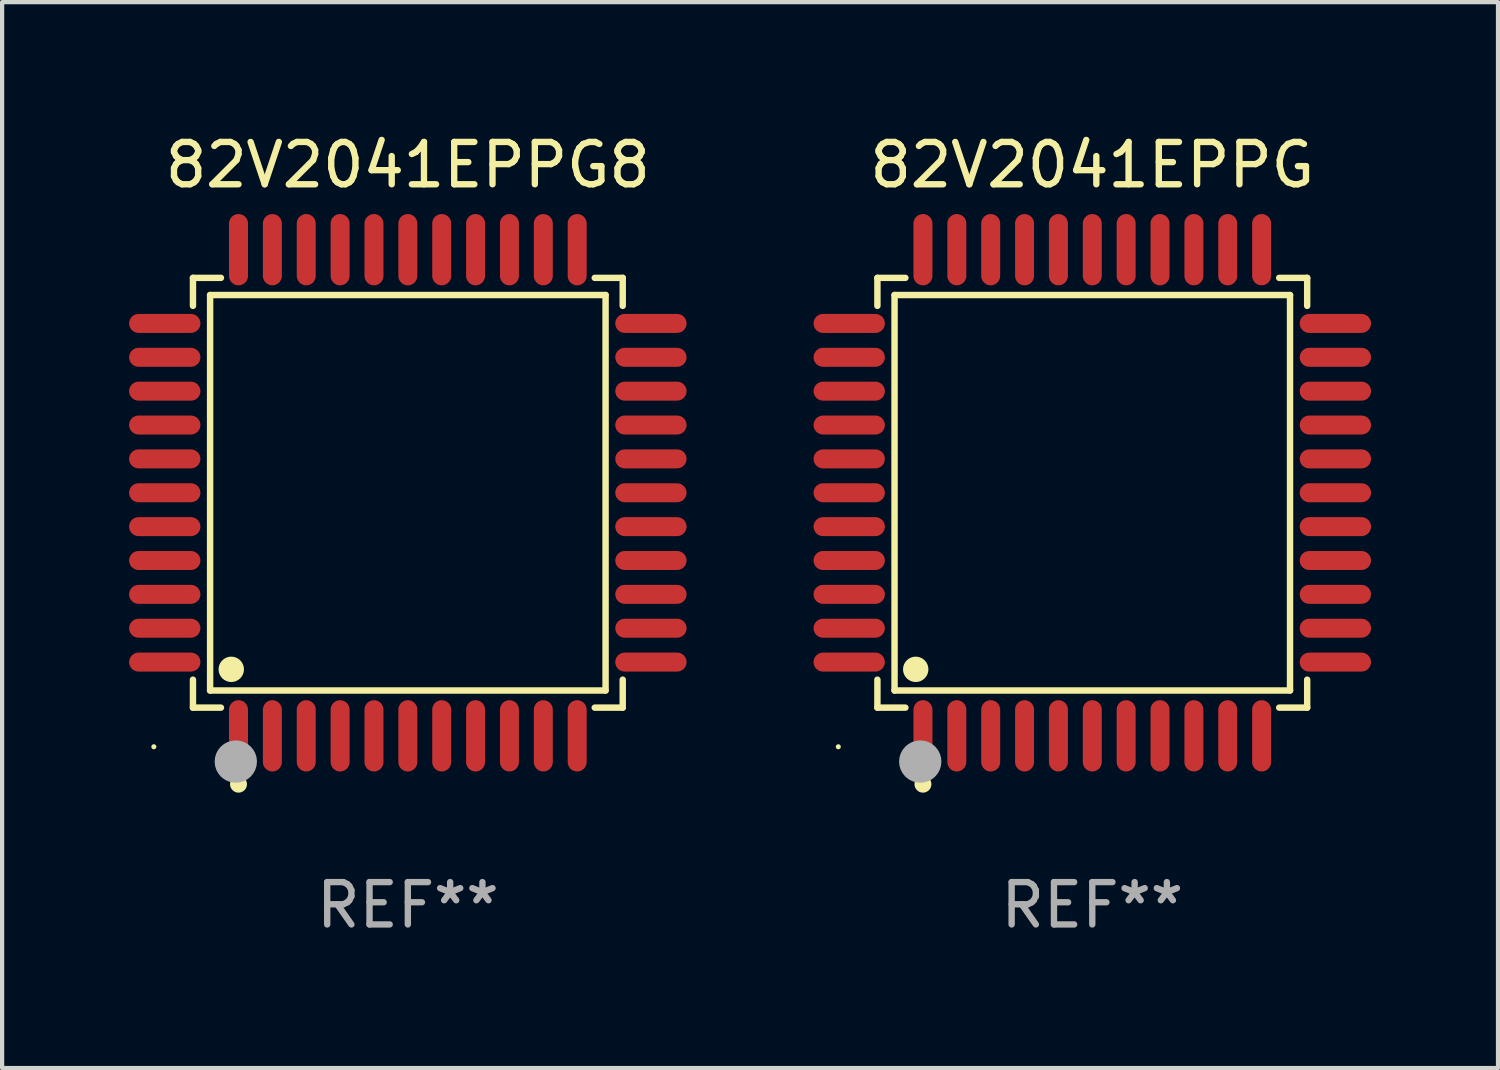
<source format=kicad_pcb>
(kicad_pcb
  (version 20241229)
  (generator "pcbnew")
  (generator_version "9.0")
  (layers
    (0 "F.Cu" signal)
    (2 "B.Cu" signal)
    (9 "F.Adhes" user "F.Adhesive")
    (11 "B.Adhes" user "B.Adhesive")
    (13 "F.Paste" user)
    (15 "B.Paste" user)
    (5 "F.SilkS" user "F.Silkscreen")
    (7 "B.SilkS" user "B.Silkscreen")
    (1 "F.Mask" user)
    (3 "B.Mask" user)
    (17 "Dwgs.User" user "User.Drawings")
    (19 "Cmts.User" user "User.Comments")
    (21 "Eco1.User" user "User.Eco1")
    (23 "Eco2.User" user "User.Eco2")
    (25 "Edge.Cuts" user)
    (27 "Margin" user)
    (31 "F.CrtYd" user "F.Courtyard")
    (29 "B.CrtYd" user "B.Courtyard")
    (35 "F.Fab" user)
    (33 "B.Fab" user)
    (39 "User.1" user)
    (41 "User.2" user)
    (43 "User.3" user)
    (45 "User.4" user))
  (footprint "82V2041EPPG8"
    (layer "F.Cu")
    (at 6.584 8.59)
    (property "Reference" "82V2041EPPG8" (at 0 -7.742 0) (layer "F.SilkS") (effects (font (size 1 1) (thickness 0.15))))
    (attr through_hole)
    (fp_line (start -5.076 -5.076) (end -4.415 -5.076) (stroke (width 0.152) (type solid)) (layer "F.SilkS"))
    (fp_line (start -5.076 -4.415) (end -5.076 -5.076) (stroke (width 0.152) (type solid)) (layer "F.SilkS"))
    (fp_line (start -5.076 4.415) (end -5.076 5.076) (stroke (width 0.152) (type solid)) (layer "F.SilkS"))
    (fp_line (start -5.076 5.076) (end -4.415 5.076) (stroke (width 0.152) (type solid)) (layer "F.SilkS"))
    (fp_line (start -4.671 -4.671) (end 4.671 -4.671) (stroke (width 0.152) (type solid)) (layer "F.SilkS"))
    (fp_line (start -4.671 4.671) (end -4.671 -4.671) (stroke (width 0.152) (type solid)) (layer "F.SilkS"))
    (fp_line (start 4.671 -4.671) (end 4.671 4.671) (stroke (width 0.152) (type solid)) (layer "F.SilkS"))
    (fp_line (start 4.671 4.671) (end -4.671 4.671) (stroke (width 0.152) (type solid)) (layer "F.SilkS"))
    (fp_line (start 5.076 -5.076) (end 4.415 -5.076) (stroke (width 0.152) (type solid)) (layer "F.SilkS"))
    (fp_line (start 5.076 -4.415) (end 5.076 -5.076) (stroke (width 0.152) (type solid)) (layer "F.SilkS"))
    (fp_line (start 5.076 4.415) (end 5.076 5.076) (stroke (width 0.152) (type solid)) (layer "F.SilkS"))
    (fp_line (start 5.076 5.076) (end 4.415 5.076) (stroke (width 0.152) (type solid)) (layer "F.SilkS"))
    (fp_circle (center -6 6) (end -5.97 6) (stroke (width 0.06) (type solid)) (fill no) (layer "F.SilkS"))
    (fp_circle (center -4.171 4.171) (end -4.021 4.171) (stroke (width 0.3) (type solid)) (fill no) (layer "F.SilkS"))
    (fp_circle (center -4 6.884) (end -3.9 6.884) (stroke (width 0.2) (type solid)) (fill no) (layer "F.SilkS"))
    (fp_circle (center -4.064 6.35) (end -3.814 6.35) (stroke (width 0.5) (type solid)) (fill no) (layer "F.Fab"))
    (fp_text user "REF**" (at 0 9.742 0) (layer "F.Fab") (effects (font (size 1 1) (thickness 0.15))))
    (pad "1" smd oval (at -4 5.742) (size 0.448 1.684) (layers "F.Cu" "F.Mask" "F.Paste"))
    (pad "2" smd oval (at -3.2 5.742) (size 0.448 1.684) (layers "F.Cu" "F.Mask" "F.Paste"))
    (pad "3" smd oval (at -2.4 5.742) (size 0.448 1.684) (layers "F.Cu" "F.Mask" "F.Paste"))
    (pad "4" smd oval (at -1.6 5.742) (size 0.448 1.684) (layers "F.Cu" "F.Mask" "F.Paste"))
    (pad "5" smd oval (at -0.8 5.742) (size 0.448 1.684) (layers "F.Cu" "F.Mask" "F.Paste"))
    (pad "6" smd oval (at 0 5.742) (size 0.448 1.684) (layers "F.Cu" "F.Mask" "F.Paste"))
    (pad "7" smd oval (at 0.8 5.742) (size 0.448 1.684) (layers "F.Cu" "F.Mask" "F.Paste"))
    (pad "8" smd oval (at 1.6 5.742) (size 0.448 1.684) (layers "F.Cu" "F.Mask" "F.Paste"))
    (pad "9" smd oval (at 2.4 5.742) (size 0.448 1.684) (layers "F.Cu" "F.Mask" "F.Paste"))
    (pad "10" smd oval (at 3.2 5.742) (size 0.448 1.684) (layers "F.Cu" "F.Mask" "F.Paste"))
    (pad "11" smd oval (at 4 5.742) (size 0.448 1.684) (layers "F.Cu" "F.Mask" "F.Paste"))
    (pad "12" smd oval (at 5.742 4) (size 1.684 0.448) (layers "F.Cu" "F.Mask" "F.Paste"))
    (pad "13" smd oval (at 5.742 3.2) (size 1.684 0.448) (layers "F.Cu" "F.Mask" "F.Paste"))
    (pad "14" smd oval (at 5.742 2.4) (size 1.684 0.448) (layers "F.Cu" "F.Mask" "F.Paste"))
    (pad "15" smd oval (at 5.742 1.6) (size 1.684 0.448) (layers "F.Cu" "F.Mask" "F.Paste"))
    (pad "16" smd oval (at 5.742 0.8) (size 1.684 0.448) (layers "F.Cu" "F.Mask" "F.Paste"))
    (pad "17" smd oval (at 5.742 0) (size 1.684 0.448) (layers "F.Cu" "F.Mask" "F.Paste"))
    (pad "18" smd oval (at 5.742 -0.8) (size 1.684 0.448) (layers "F.Cu" "F.Mask" "F.Paste"))
    (pad "19" smd oval (at 5.742 -1.6) (size 1.684 0.448) (layers "F.Cu" "F.Mask" "F.Paste"))
    (pad "20" smd oval (at 5.742 -2.4) (size 1.684 0.448) (layers "F.Cu" "F.Mask" "F.Paste"))
    (pad "21" smd oval (at 5.742 -3.2) (size 1.684 0.448) (layers "F.Cu" "F.Mask" "F.Paste"))
    (pad "22" smd oval (at 5.742 -4) (size 1.684 0.448) (layers "F.Cu" "F.Mask" "F.Paste"))
    (pad "23" smd oval (at 4 -5.742) (size 0.448 1.684) (layers "F.Cu" "F.Mask" "F.Paste"))
    (pad "24" smd oval (at 3.2 -5.742) (size 0.448 1.684) (layers "F.Cu" "F.Mask" "F.Paste"))
    (pad "25" smd oval (at 2.4 -5.742) (size 0.448 1.684) (layers "F.Cu" "F.Mask" "F.Paste"))
    (pad "26" smd oval (at 1.6 -5.742) (size 0.448 1.684) (layers "F.Cu" "F.Mask" "F.Paste"))
    (pad "27" smd oval (at 0.8 -5.742) (size 0.448 1.684) (layers "F.Cu" "F.Mask" "F.Paste"))
    (pad "28" smd oval (at 0 -5.742) (size 0.448 1.684) (layers "F.Cu" "F.Mask" "F.Paste"))
    (pad "29" smd oval (at -0.8 -5.742) (size 0.448 1.684) (layers "F.Cu" "F.Mask" "F.Paste"))
    (pad "30" smd oval (at -1.6 -5.742) (size 0.448 1.684) (layers "F.Cu" "F.Mask" "F.Paste"))
    (pad "31" smd oval (at -2.4 -5.742) (size 0.448 1.684) (layers "F.Cu" "F.Mask" "F.Paste"))
    (pad "32" smd oval (at -3.2 -5.742) (size 0.448 1.684) (layers "F.Cu" "F.Mask" "F.Paste"))
    (pad "33" smd oval (at -4 -5.742) (size 0.448 1.684) (layers "F.Cu" "F.Mask" "F.Paste"))
    (pad "34" smd oval (at -5.742 -4) (size 1.684 0.448) (layers "F.Cu" "F.Mask" "F.Paste"))
    (pad "35" smd oval (at -5.742 -3.2) (size 1.684 0.448) (layers "F.Cu" "F.Mask" "F.Paste"))
    (pad "36" smd oval (at -5.742 -2.4) (size 1.684 0.448) (layers "F.Cu" "F.Mask" "F.Paste"))
    (pad "37" smd oval (at -5.742 -1.6) (size 1.684 0.448) (layers "F.Cu" "F.Mask" "F.Paste"))
    (pad "38" smd oval (at -5.742 -0.8) (size 1.684 0.448) (layers "F.Cu" "F.Mask" "F.Paste"))
    (pad "39" smd oval (at -5.742 0) (size 1.684 0.448) (layers "F.Cu" "F.Mask" "F.Paste"))
    (pad "40" smd oval (at -5.742 0.8) (size 1.684 0.448) (layers "F.Cu" "F.Mask" "F.Paste"))
    (pad "41" smd oval (at -5.742 1.6) (size 1.684 0.448) (layers "F.Cu" "F.Mask" "F.Paste"))
    (pad "42" smd oval (at -5.742 2.4) (size 1.684 0.448) (layers "F.Cu" "F.Mask" "F.Paste"))
    (pad "43" smd oval (at -5.742 3.2) (size 1.684 0.448) (layers "F.Cu" "F.Mask" "F.Paste"))
    (pad "44" smd oval (at -5.742 4) (size 1.684 0.448) (layers "F.Cu" "F.Mask" "F.Paste")))
  (footprint "82V2041EPPG"
    (layer "F.Cu")
    (at 22.752 8.59)
    (property "Reference" "82V2041EPPG" (at 0 -7.742 0) (layer "F.SilkS") (effects (font (size 1 1) (thickness 0.15))))
    (attr through_hole)
    (fp_line (start -5.076 -5.076) (end -4.415 -5.076) (stroke (width 0.152) (type solid)) (layer "F.SilkS"))
    (fp_line (start -5.076 -4.415) (end -5.076 -5.076) (stroke (width 0.152) (type solid)) (layer "F.SilkS"))
    (fp_line (start -5.076 4.415) (end -5.076 5.076) (stroke (width 0.152) (type solid)) (layer "F.SilkS"))
    (fp_line (start -5.076 5.076) (end -4.415 5.076) (stroke (width 0.152) (type solid)) (layer "F.SilkS"))
    (fp_line (start -4.671 -4.671) (end 4.671 -4.671) (stroke (width 0.152) (type solid)) (layer "F.SilkS"))
    (fp_line (start -4.671 4.671) (end -4.671 -4.671) (stroke (width 0.152) (type solid)) (layer "F.SilkS"))
    (fp_line (start 4.671 -4.671) (end 4.671 4.671) (stroke (width 0.152) (type solid)) (layer "F.SilkS"))
    (fp_line (start 4.671 4.671) (end -4.671 4.671) (stroke (width 0.152) (type solid)) (layer "F.SilkS"))
    (fp_line (start 5.076 -5.076) (end 4.415 -5.076) (stroke (width 0.152) (type solid)) (layer "F.SilkS"))
    (fp_line (start 5.076 -4.415) (end 5.076 -5.076) (stroke (width 0.152) (type solid)) (layer "F.SilkS"))
    (fp_line (start 5.076 4.415) (end 5.076 5.076) (stroke (width 0.152) (type solid)) (layer "F.SilkS"))
    (fp_line (start 5.076 5.076) (end 4.415 5.076) (stroke (width 0.152) (type solid)) (layer "F.SilkS"))
    (fp_circle (center -6 6) (end -5.97 6) (stroke (width 0.06) (type solid)) (fill no) (layer "F.SilkS"))
    (fp_circle (center -4.171 4.171) (end -4.021 4.171) (stroke (width 0.3) (type solid)) (fill no) (layer "F.SilkS"))
    (fp_circle (center -4 6.884) (end -3.9 6.884) (stroke (width 0.2) (type solid)) (fill no) (layer "F.SilkS"))
    (fp_circle (center -4.064 6.35) (end -3.814 6.35) (stroke (width 0.5) (type solid)) (fill no) (layer "F.Fab"))
    (fp_text user "REF**" (at 0 9.742 0) (layer "F.Fab") (effects (font (size 1 1) (thickness 0.15))))
    (pad "1" smd oval (at -4 5.742) (size 0.448 1.684) (layers "F.Cu" "F.Mask" "F.Paste"))
    (pad "2" smd oval (at -3.2 5.742) (size 0.448 1.684) (layers "F.Cu" "F.Mask" "F.Paste"))
    (pad "3" smd oval (at -2.4 5.742) (size 0.448 1.684) (layers "F.Cu" "F.Mask" "F.Paste"))
    (pad "4" smd oval (at -1.6 5.742) (size 0.448 1.684) (layers "F.Cu" "F.Mask" "F.Paste"))
    (pad "5" smd oval (at -0.8 5.742) (size 0.448 1.684) (layers "F.Cu" "F.Mask" "F.Paste"))
    (pad "6" smd oval (at 0 5.742) (size 0.448 1.684) (layers "F.Cu" "F.Mask" "F.Paste"))
    (pad "7" smd oval (at 0.8 5.742) (size 0.448 1.684) (layers "F.Cu" "F.Mask" "F.Paste"))
    (pad "8" smd oval (at 1.6 5.742) (size 0.448 1.684) (layers "F.Cu" "F.Mask" "F.Paste"))
    (pad "9" smd oval (at 2.4 5.742) (size 0.448 1.684) (layers "F.Cu" "F.Mask" "F.Paste"))
    (pad "10" smd oval (at 3.2 5.742) (size 0.448 1.684) (layers "F.Cu" "F.Mask" "F.Paste"))
    (pad "11" smd oval (at 4 5.742) (size 0.448 1.684) (layers "F.Cu" "F.Mask" "F.Paste"))
    (pad "12" smd oval (at 5.742 4) (size 1.684 0.448) (layers "F.Cu" "F.Mask" "F.Paste"))
    (pad "13" smd oval (at 5.742 3.2) (size 1.684 0.448) (layers "F.Cu" "F.Mask" "F.Paste"))
    (pad "14" smd oval (at 5.742 2.4) (size 1.684 0.448) (layers "F.Cu" "F.Mask" "F.Paste"))
    (pad "15" smd oval (at 5.742 1.6) (size 1.684 0.448) (layers "F.Cu" "F.Mask" "F.Paste"))
    (pad "16" smd oval (at 5.742 0.8) (size 1.684 0.448) (layers "F.Cu" "F.Mask" "F.Paste"))
    (pad "17" smd oval (at 5.742 0) (size 1.684 0.448) (layers "F.Cu" "F.Mask" "F.Paste"))
    (pad "18" smd oval (at 5.742 -0.8) (size 1.684 0.448) (layers "F.Cu" "F.Mask" "F.Paste"))
    (pad "19" smd oval (at 5.742 -1.6) (size 1.684 0.448) (layers "F.Cu" "F.Mask" "F.Paste"))
    (pad "20" smd oval (at 5.742 -2.4) (size 1.684 0.448) (layers "F.Cu" "F.Mask" "F.Paste"))
    (pad "21" smd oval (at 5.742 -3.2) (size 1.684 0.448) (layers "F.Cu" "F.Mask" "F.Paste"))
    (pad "22" smd oval (at 5.742 -4) (size 1.684 0.448) (layers "F.Cu" "F.Mask" "F.Paste"))
    (pad "23" smd oval (at 4 -5.742) (size 0.448 1.684) (layers "F.Cu" "F.Mask" "F.Paste"))
    (pad "24" smd oval (at 3.2 -5.742) (size 0.448 1.684) (layers "F.Cu" "F.Mask" "F.Paste"))
    (pad "25" smd oval (at 2.4 -5.742) (size 0.448 1.684) (layers "F.Cu" "F.Mask" "F.Paste"))
    (pad "26" smd oval (at 1.6 -5.742) (size 0.448 1.684) (layers "F.Cu" "F.Mask" "F.Paste"))
    (pad "27" smd oval (at 0.8 -5.742) (size 0.448 1.684) (layers "F.Cu" "F.Mask" "F.Paste"))
    (pad "28" smd oval (at 0 -5.742) (size 0.448 1.684) (layers "F.Cu" "F.Mask" "F.Paste"))
    (pad "29" smd oval (at -0.8 -5.742) (size 0.448 1.684) (layers "F.Cu" "F.Mask" "F.Paste"))
    (pad "30" smd oval (at -1.6 -5.742) (size 0.448 1.684) (layers "F.Cu" "F.Mask" "F.Paste"))
    (pad "31" smd oval (at -2.4 -5.742) (size 0.448 1.684) (layers "F.Cu" "F.Mask" "F.Paste"))
    (pad "32" smd oval (at -3.2 -5.742) (size 0.448 1.684) (layers "F.Cu" "F.Mask" "F.Paste"))
    (pad "33" smd oval (at -4 -5.742) (size 0.448 1.684) (layers "F.Cu" "F.Mask" "F.Paste"))
    (pad "34" smd oval (at -5.742 -4) (size 1.684 0.448) (layers "F.Cu" "F.Mask" "F.Paste"))
    (pad "35" smd oval (at -5.742 -3.2) (size 1.684 0.448) (layers "F.Cu" "F.Mask" "F.Paste"))
    (pad "36" smd oval (at -5.742 -2.4) (size 1.684 0.448) (layers "F.Cu" "F.Mask" "F.Paste"))
    (pad "37" smd oval (at -5.742 -1.6) (size 1.684 0.448) (layers "F.Cu" "F.Mask" "F.Paste"))
    (pad "38" smd oval (at -5.742 -0.8) (size 1.684 0.448) (layers "F.Cu" "F.Mask" "F.Paste"))
    (pad "39" smd oval (at -5.742 0) (size 1.684 0.448) (layers "F.Cu" "F.Mask" "F.Paste"))
    (pad "40" smd oval (at -5.742 0.8) (size 1.684 0.448) (layers "F.Cu" "F.Mask" "F.Paste"))
    (pad "41" smd oval (at -5.742 1.6) (size 1.684 0.448) (layers "F.Cu" "F.Mask" "F.Paste"))
    (pad "42" smd oval (at -5.742 2.4) (size 1.684 0.448) (layers "F.Cu" "F.Mask" "F.Paste"))
    (pad "43" smd oval (at -5.742 3.2) (size 1.684 0.448) (layers "F.Cu" "F.Mask" "F.Paste"))
    (pad "44" smd oval (at -5.742 4) (size 1.684 0.448) (layers "F.Cu" "F.Mask" "F.Paste")))
  (gr_rect
    (start -3 -3)
    (end 32.336 22.18)
    (stroke (width 0.1) (type default))
    (fill no)
    (layer "Edge.Cuts")))
</source>
